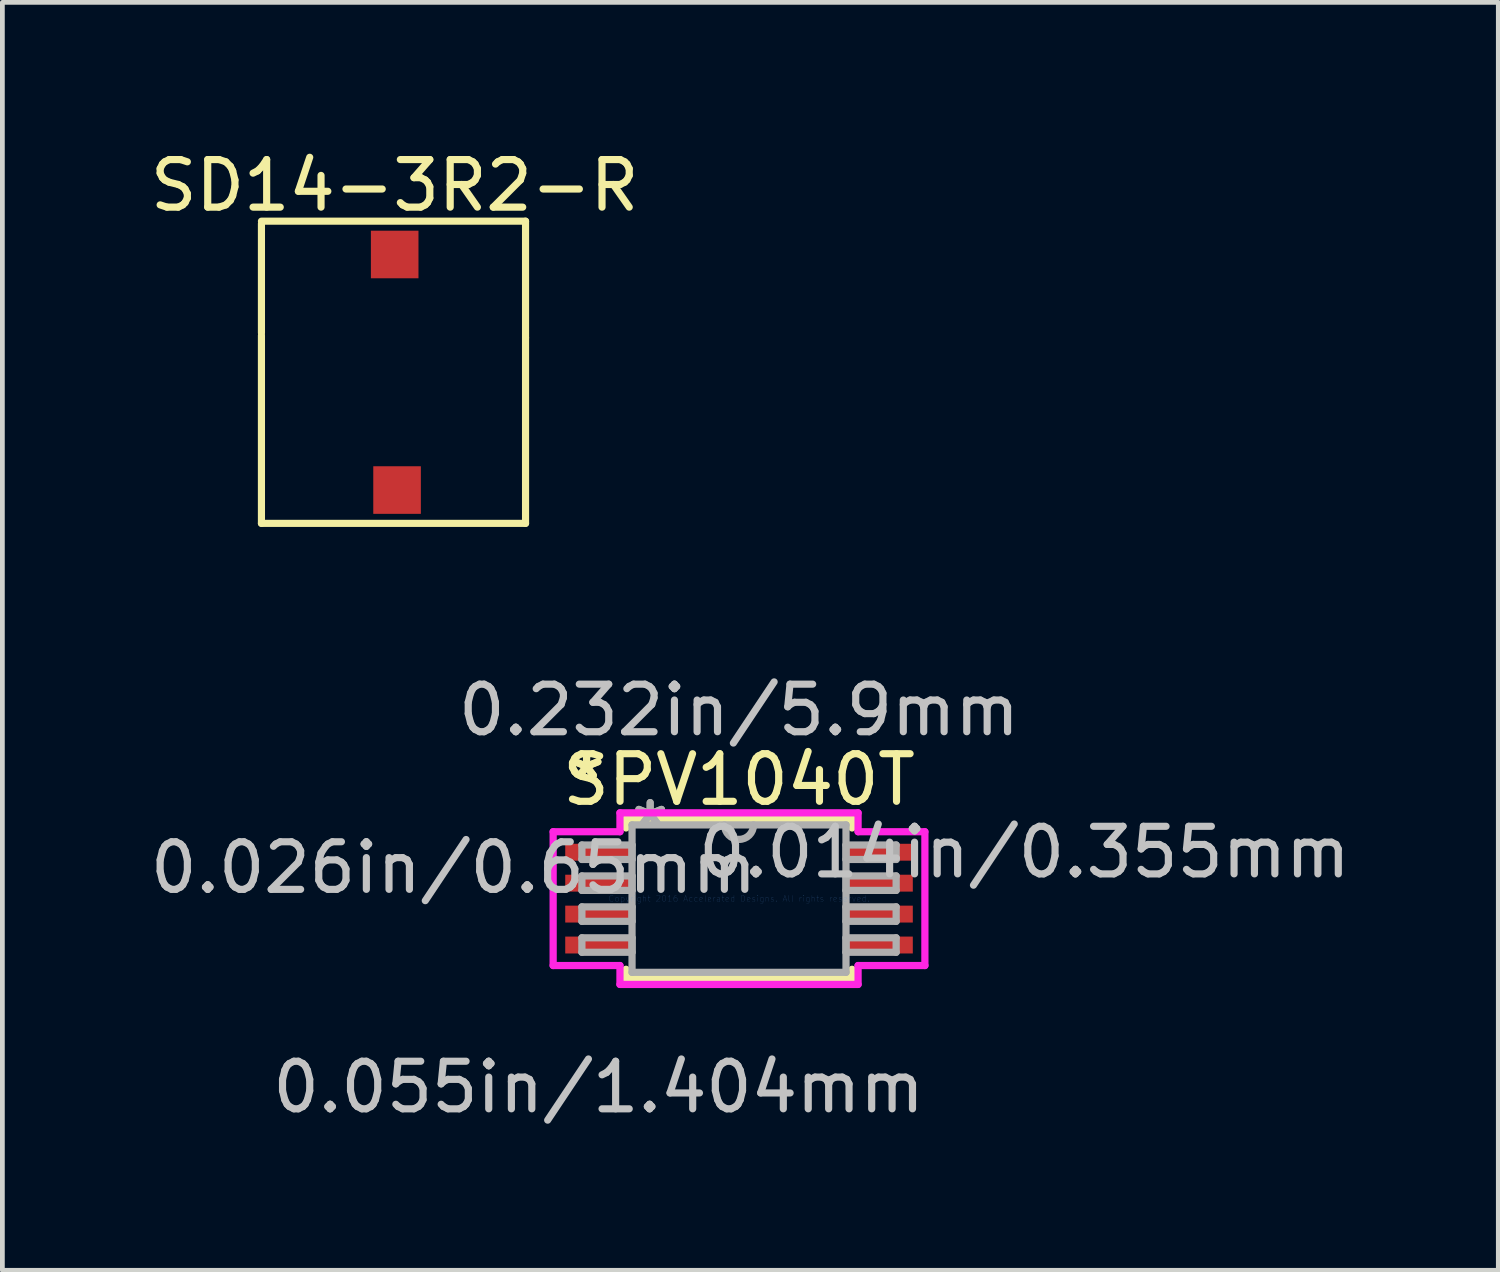
<source format=kicad_pcb>
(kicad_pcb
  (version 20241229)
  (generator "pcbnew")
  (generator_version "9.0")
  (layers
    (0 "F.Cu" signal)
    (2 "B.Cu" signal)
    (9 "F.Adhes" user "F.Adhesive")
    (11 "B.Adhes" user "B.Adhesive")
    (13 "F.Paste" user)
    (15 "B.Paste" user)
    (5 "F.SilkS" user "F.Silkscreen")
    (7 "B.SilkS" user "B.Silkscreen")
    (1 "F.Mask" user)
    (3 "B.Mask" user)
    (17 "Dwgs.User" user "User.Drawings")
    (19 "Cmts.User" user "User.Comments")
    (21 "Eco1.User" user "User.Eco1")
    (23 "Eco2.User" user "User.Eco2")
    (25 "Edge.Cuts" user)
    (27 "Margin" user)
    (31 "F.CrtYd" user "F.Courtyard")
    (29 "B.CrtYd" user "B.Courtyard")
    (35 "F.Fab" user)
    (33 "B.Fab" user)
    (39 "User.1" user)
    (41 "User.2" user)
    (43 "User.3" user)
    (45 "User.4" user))
  (footprint "SD14-3R2-R"
    (layer "F.Cu")
    (at 5.244 7.748)
    (property "Reference" "SD14-3R2-R" (at 0 -6.9 0) (layer "F.SilkS") (effects (font (size 1 1) (thickness 0.15))))
    (attr through_hole)
    (fp_line (start -2.8 -6.15) (end 2.75 -6.15) (stroke (width 0.15) (type solid)) (layer "F.SilkS"))
    (fp_line (start -2.8 -3.8) (end -2.8 -6.1) (stroke (width 0.15) (type solid)) (layer "F.SilkS"))
    (fp_line (start -2.8 0.2) (end -2.8 -3.75) (stroke (width 0.15) (type solid)) (layer "F.SilkS"))
    (fp_line (start 2.75 -6.15) (end 2.75 -3.7) (stroke (width 0.15) (type solid)) (layer "F.SilkS"))
    (fp_line (start 2.75 -3.7) (end 2.75 0.2) (stroke (width 0.15) (type solid)) (layer "F.SilkS"))
    (fp_line (start 2.75 0.2) (end -2.8 0.2) (stroke (width 0.15) (type solid)) (layer "F.SilkS"))
    (fp_line (start -2.6 -5.95) (end -2.6 -3.8) (stroke (width 0.15) (type solid)) (layer "F.Paste"))
    (fp_line (start -2.6 -5.95) (end 2.55 -5.95) (stroke (width 0.15) (type solid)) (layer "F.Paste"))
    (fp_line (start -2.6 0) (end -2.6 -2.25) (stroke (width 0.15) (type solid)) (layer "F.Paste"))
    (fp_line (start -1 -4.95) (end 0.8 -4.95) (stroke (width 0.15) (type solid)) (layer "F.Paste"))
    (fp_line (start 0.95 -1) (end -0.85 -1) (stroke (width 0.15) (type solid)) (layer "F.Paste"))
    (fp_line (start 2.55 -5.95) (end 2.55 -3.7) (stroke (width 0.15) (type solid)) (layer "F.Paste"))
    (fp_line (start 2.55 0) (end -2.6 0) (stroke (width 0.15) (type solid)) (layer "F.Paste"))
    (fp_line (start 2.55 0) (end 2.55 -2.15) (stroke (width 0.15) (type solid)) (layer "F.Paste"))
    (fp_arc (start -2.59182 -2.259983) (mid -1.56316 -1.848068) (end -0.85 -1) (stroke (width 0.15) (type solid)) (layer "F.Paste"))
    (fp_arc (start -1.032414 -4.917827) (mid -1.668248 -4.191982) (end -2.550001 -3.800001) (stroke (width 0.15) (type solid)) (layer "F.Paste"))
    (fp_arc (start 0.982414 -1.032173) (mid 1.618248 -1.758018) (end 2.500001 -2.149999) (stroke (width 0.15) (type solid)) (layer "F.Paste"))
    (fp_arc (start 2.54182 -3.690017) (mid 1.51316 -4.101932) (end 0.8 -4.95) (stroke (width 0.15) (type solid)) (layer "F.Paste"))
    (fp_poly (pts (xy -2.6 -2.2) (xy -2.55 -1.05) (xy -0.9 -1.05)) (stroke (width 0.15) (type solid)) (fill yes) (layer "F.Paste"))
    (fp_poly (pts (xy -2.55 -4.95) (xy -1.1 -4.95) (xy -1.5 -4.3)) (stroke (width 0.15) (type solid)) (fill yes) (layer "F.Paste"))
    (fp_poly (pts (xy -2.35 -4.85) (xy -1.5 -4.5) (xy -2.1 -3.95)) (stroke (width 0.15) (type solid)) (fill yes) (layer "F.Paste"))
    (fp_poly (pts (xy -2.35 -2.15) (xy -1.65 -1.85) (xy -2.3 -1.35)) (stroke (width 0.15) (type solid)) (fill yes) (layer "F.Paste"))
    (fp_poly (pts (xy -2.05 -4) (xy -2.5 -3.8) (xy -2.55 -5)) (stroke (width 0.15) (type solid)) (fill yes) (layer "F.Paste"))
    (fp_poly (pts (xy -1.6 -1.8) (xy -1.1 -1.3) (xy -2.3 -1.15)) (stroke (width 0.15) (type solid)) (fill yes) (layer "F.Paste"))
    (fp_poly (pts (xy 1 -4.75) (xy 1.5 -4.25) (xy 1.75 -4.5)) (stroke (width 0.15) (type solid)) (fill yes) (layer "F.Paste"))
    (fp_poly (pts (xy 1.5 -1.55) (xy 1.25 -1.3) (xy 1.6 -1.25)) (stroke (width 0.15) (type solid)) (fill yes) (layer "F.Paste"))
    (fp_poly (pts (xy 1.55 -4.2) (xy 2.3 -3.9) (xy 1.65 -4.5)) (stroke (width 0.15) (type solid)) (fill yes) (layer "F.Paste"))
    (fp_poly (pts (xy 2.4 -2.05) (xy 1.45 -1.6) (xy 1.95 -1.3)) (stroke (width 0.15) (type solid)) (fill yes) (layer "F.Paste"))
    (fp_poly (pts (xy 2.55 -4.95) (xy 2.55 -3.7) (xy 0.9 -4.9)) (stroke (width 0.15) (type solid)) (fill yes) (layer "F.Paste"))
    (fp_poly (pts (xy 2.55 -2.05) (xy 2.55 -1) (xy 0.85 -0.95)) (stroke (width 0.15) (type solid)) (fill yes) (layer "F.Paste"))
    (fp_poly (pts (xy -2.6 -5.95) (xy 2.55 -5.95) (xy 2.45 -5.05) (xy -2.6 -4.95)) (stroke (width 0.15) (type solid)) (fill yes) (layer "F.Paste"))
    (fp_poly (pts (xy -0.4 -1) (xy -2.6 -1) (xy -2.6 0) (xy -0.3 0)) (stroke (width 0.15) (type solid)) (fill yes) (layer "F.Paste"))
    (fp_poly (pts (xy 0.5 -1) (xy 2.55 -1) (xy 2.55 0) (xy 0.5 0)) (stroke (width 0.15) (type solid)) (fill yes) (layer "F.Paste"))
    (fp_poly (pts (xy 1.75 -4) (xy 2.3 -3.8) (xy 2.2 -4) (xy 2.1 -4.2)) (stroke (width 0.15) (type solid)) (fill yes) (layer "F.Paste"))
    (pad "1" smd trapezoid (at 0 -5.45) (size 1 1) (layers "F.Cu" "F.Mask" "F.Paste"))
    (pad "2" smd trapezoid (at 0.05 -0.5) (size 1 1) (layers "F.Cu" "F.Mask" "F.Paste")))
  (footprint "SPV1040T"
    (layer "F.Cu")
    (at 12.48 15.834)
    (property "Reference" "SPV1040T" (at 0 -2.5 0) (layer "F.SilkS") (effects (font (size 1 1) (thickness 0.15))))
    (attr through_hole)
    (fp_line (start -2.375 -1.676) (end -2.375 -1.485) (stroke (width 0.152) (type solid)) (layer "F.SilkS"))
    (fp_line (start -2.375 1.485) (end -2.375 1.676) (stroke (width 0.152) (type solid)) (layer "F.SilkS"))
    (fp_line (start -2.375 1.676) (end 2.375 1.676) (stroke (width 0.152) (type solid)) (layer "F.SilkS"))
    (fp_line (start 2.375 -1.676) (end -2.375 -1.676) (stroke (width 0.152) (type solid)) (layer "F.SilkS"))
    (fp_line (start 2.375 -1.485) (end 2.375 -1.676) (stroke (width 0.152) (type solid)) (layer "F.SilkS"))
    (fp_line (start 2.375 1.676) (end 2.375 1.485) (stroke (width 0.152) (type solid)) (layer "F.SilkS"))
    (fp_line (start -3.906 -1.406) (end -2.502 -1.406) (stroke (width 0.152) (type solid)) (layer "F.CrtYd"))
    (fp_line (start -3.906 1.406) (end -3.906 -1.406) (stroke (width 0.152) (type solid)) (layer "F.CrtYd"))
    (fp_line (start -2.502 -1.803) (end 2.502 -1.803) (stroke (width 0.152) (type solid)) (layer "F.CrtYd"))
    (fp_line (start -2.502 -1.406) (end -2.502 -1.803) (stroke (width 0.152) (type solid)) (layer "F.CrtYd"))
    (fp_line (start -2.502 1.406) (end -3.906 1.406) (stroke (width 0.152) (type solid)) (layer "F.CrtYd"))
    (fp_line (start -2.502 1.803) (end -2.502 1.406) (stroke (width 0.152) (type solid)) (layer "F.CrtYd"))
    (fp_line (start 2.502 -1.803) (end 2.502 -1.406) (stroke (width 0.152) (type solid)) (layer "F.CrtYd"))
    (fp_line (start 2.502 -1.406) (end 3.906 -1.406) (stroke (width 0.152) (type solid)) (layer "F.CrtYd"))
    (fp_line (start 2.502 1.406) (end 2.502 1.803) (stroke (width 0.152) (type solid)) (layer "F.CrtYd"))
    (fp_line (start 2.502 1.803) (end -2.502 1.803) (stroke (width 0.152) (type solid)) (layer "F.CrtYd"))
    (fp_line (start 3.906 -1.406) (end 3.906 1.406) (stroke (width 0.152) (type solid)) (layer "F.CrtYd"))
    (fp_line (start 3.906 1.406) (end 2.502 1.406) (stroke (width 0.152) (type solid)) (layer "F.CrtYd"))
    (fp_line (start -3.302 -1.127) (end -3.302 -0.823) (stroke (width 0.152) (type solid)) (layer "F.Fab"))
    (fp_line (start -3.302 -0.823) (end -2.248 -0.823) (stroke (width 0.152) (type solid)) (layer "F.Fab"))
    (fp_line (start -3.302 -0.477) (end -3.302 -0.173) (stroke (width 0.152) (type solid)) (layer "F.Fab"))
    (fp_line (start -3.302 -0.173) (end -2.248 -0.173) (stroke (width 0.152) (type solid)) (layer "F.Fab"))
    (fp_line (start -3.302 0.173) (end -3.302 0.477) (stroke (width 0.152) (type solid)) (layer "F.Fab"))
    (fp_line (start -3.302 0.477) (end -2.248 0.477) (stroke (width 0.152) (type solid)) (layer "F.Fab"))
    (fp_line (start -3.302 0.823) (end -3.302 1.127) (stroke (width 0.152) (type solid)) (layer "F.Fab"))
    (fp_line (start -3.302 1.127) (end -2.248 1.127) (stroke (width 0.152) (type solid)) (layer "F.Fab"))
    (fp_line (start -2.248 -1.549) (end -2.248 1.549) (stroke (width 0.152) (type solid)) (layer "F.Fab"))
    (fp_line (start -2.248 -1.127) (end -3.302 -1.127) (stroke (width 0.152) (type solid)) (layer "F.Fab"))
    (fp_line (start -2.248 -0.823) (end -2.248 -1.127) (stroke (width 0.152) (type solid)) (layer "F.Fab"))
    (fp_line (start -2.248 -0.477) (end -3.302 -0.477) (stroke (width 0.152) (type solid)) (layer "F.Fab"))
    (fp_line (start -2.248 -0.173) (end -2.248 -0.477) (stroke (width 0.152) (type solid)) (layer "F.Fab"))
    (fp_line (start -2.248 0.173) (end -3.302 0.173) (stroke (width 0.152) (type solid)) (layer "F.Fab"))
    (fp_line (start -2.248 0.477) (end -2.248 0.173) (stroke (width 0.152) (type solid)) (layer "F.Fab"))
    (fp_line (start -2.248 0.823) (end -3.302 0.823) (stroke (width 0.152) (type solid)) (layer "F.Fab"))
    (fp_line (start -2.248 1.127) (end -2.248 0.823) (stroke (width 0.152) (type solid)) (layer "F.Fab"))
    (fp_line (start -2.248 1.549) (end 2.248 1.549) (stroke (width 0.152) (type solid)) (layer "F.Fab"))
    (fp_line (start 2.248 -1.549) (end -2.248 -1.549) (stroke (width 0.152) (type solid)) (layer "F.Fab"))
    (fp_line (start 2.248 -1.127) (end 2.248 -0.823) (stroke (width 0.152) (type solid)) (layer "F.Fab"))
    (fp_line (start 2.248 -0.823) (end 3.302 -0.823) (stroke (width 0.152) (type solid)) (layer "F.Fab"))
    (fp_line (start 2.248 -0.477) (end 2.248 -0.173) (stroke (width 0.152) (type solid)) (layer "F.Fab"))
    (fp_line (start 2.248 -0.173) (end 3.302 -0.173) (stroke (width 0.152) (type solid)) (layer "F.Fab"))
    (fp_line (start 2.248 0.173) (end 2.248 0.477) (stroke (width 0.152) (type solid)) (layer "F.Fab"))
    (fp_line (start 2.248 0.477) (end 3.302 0.477) (stroke (width 0.152) (type solid)) (layer "F.Fab"))
    (fp_line (start 2.248 0.823) (end 2.248 1.127) (stroke (width 0.152) (type solid)) (layer "F.Fab"))
    (fp_line (start 2.248 1.127) (end 3.302 1.127) (stroke (width 0.152) (type solid)) (layer "F.Fab"))
    (fp_line (start 2.248 1.549) (end 2.248 -1.549) (stroke (width 0.152) (type solid)) (layer "F.Fab"))
    (fp_line (start 3.302 -1.127) (end 2.248 -1.127) (stroke (width 0.152) (type solid)) (layer "F.Fab"))
    (fp_line (start 3.302 -0.823) (end 3.302 -1.127) (stroke (width 0.152) (type solid)) (layer "F.Fab"))
    (fp_line (start 3.302 -0.477) (end 2.248 -0.477) (stroke (width 0.152) (type solid)) (layer "F.Fab"))
    (fp_line (start 3.302 -0.173) (end 3.302 -0.477) (stroke (width 0.152) (type solid)) (layer "F.Fab"))
    (fp_line (start 3.302 0.173) (end 2.248 0.173) (stroke (width 0.152) (type solid)) (layer "F.Fab"))
    (fp_line (start 3.302 0.477) (end 3.302 0.173) (stroke (width 0.152) (type solid)) (layer "F.Fab"))
    (fp_line (start 3.302 0.823) (end 2.248 0.823) (stroke (width 0.152) (type solid)) (layer "F.Fab"))
    (fp_line (start 3.302 1.127) (end 3.302 0.823) (stroke (width 0.152) (type solid)) (layer "F.Fab"))
    (fp_arc (start 0.3048 -1.5494) (mid 0 -1.2446) (end -0.3048 -1.5494) (stroke (width 0.1524) (type solid)) (layer "F.Fab"))
    (fp_text user "*" (at -3.204 -2.473 0) (layer "F.SilkS") (effects (font (size 1 1) (thickness 0.15))))
    (fp_text user "*" (at -3.204 -2.473 0) (layer "F.SilkS") (effects (font (size 1 1) (thickness 0.15))))
    (fp_text user "0.026in/0.65mm" (at -5.998 -0.65 0) (layer "Dwgs.User") (effects (font (size 1 1) (thickness 0.15))))
    (fp_text user "0.232in/5.9mm" (at 0 -3.962 0) (layer "Dwgs.User") (effects (font (size 1 1) (thickness 0.15))))
    (fp_text user "0.055in/1.404mm" (at -2.95 3.962 0) (layer "Dwgs.User") (effects (font (size 1 1) (thickness 0.15))))
    (fp_text user "0.014in/0.355mm" (at 5.998 -0.975 0) (layer "Dwgs.User") (effects (font (size 1 1) (thickness 0.15))))
    (fp_text user "Copyright 2016 Accelerated Designs. All rights reserved." (at 0 0 0) (layer "Cmts.User") (effects (font (size 0.127 0.127) (thickness 0.002))))
    (fp_text user "*" (at -1.867 -1.473 0) (layer "F.Fab") (effects (font (size 1 1) (thickness 0.15))))
    (fp_text user "*" (at -1.867 -1.473 0) (layer "F.Fab") (effects (font (size 1 1) (thickness 0.15))))
    (pad "1" smd rect (at -2.95 -0.975) (size 1.404 0.355) (layers "F.Cu" "F.Mask" "F.Paste"))
    (pad "2" smd rect (at -2.95 -0.325) (size 1.404 0.355) (layers "F.Cu" "F.Mask" "F.Paste"))
    (pad "3" smd rect (at -2.95 0.325) (size 1.404 0.355) (layers "F.Cu" "F.Mask" "F.Paste"))
    (pad "4" smd rect (at -2.95 0.975) (size 1.404 0.355) (layers "F.Cu" "F.Mask" "F.Paste"))
    (pad "5" smd rect (at 2.95 0.975) (size 1.404 0.355) (layers "F.Cu" "F.Mask" "F.Paste"))
    (pad "6" smd rect (at 2.95 0.325) (size 1.404 0.355) (layers "F.Cu" "F.Mask" "F.Paste"))
    (pad "7" smd rect (at 2.95 -0.325) (size 1.404 0.355) (layers "F.Cu" "F.Mask" "F.Paste"))
    (pad "8" smd rect (at 2.95 -0.975) (size 1.404 0.355) (layers "F.Cu" "F.Mask" "F.Paste")))
  (gr_rect
    (start -3 -3)
    (end 28.436 23.645)
    (stroke (width 0.1) (type default))
    (fill no)
    (layer "Edge.Cuts")))
</source>
